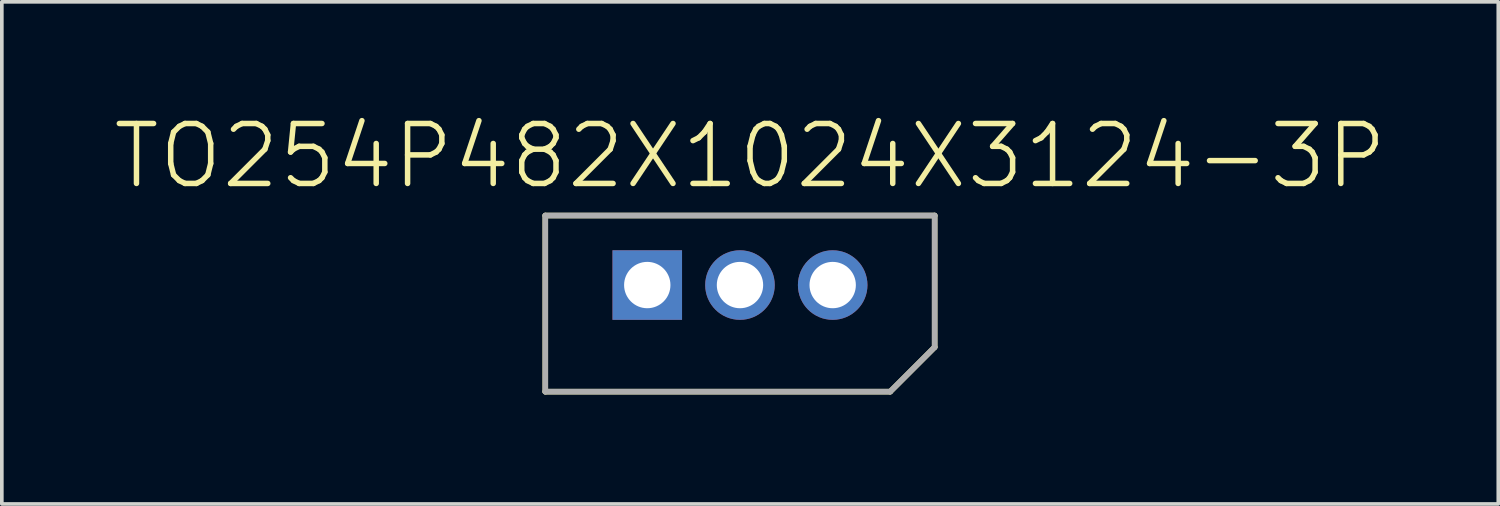
<source format=kicad_pcb>
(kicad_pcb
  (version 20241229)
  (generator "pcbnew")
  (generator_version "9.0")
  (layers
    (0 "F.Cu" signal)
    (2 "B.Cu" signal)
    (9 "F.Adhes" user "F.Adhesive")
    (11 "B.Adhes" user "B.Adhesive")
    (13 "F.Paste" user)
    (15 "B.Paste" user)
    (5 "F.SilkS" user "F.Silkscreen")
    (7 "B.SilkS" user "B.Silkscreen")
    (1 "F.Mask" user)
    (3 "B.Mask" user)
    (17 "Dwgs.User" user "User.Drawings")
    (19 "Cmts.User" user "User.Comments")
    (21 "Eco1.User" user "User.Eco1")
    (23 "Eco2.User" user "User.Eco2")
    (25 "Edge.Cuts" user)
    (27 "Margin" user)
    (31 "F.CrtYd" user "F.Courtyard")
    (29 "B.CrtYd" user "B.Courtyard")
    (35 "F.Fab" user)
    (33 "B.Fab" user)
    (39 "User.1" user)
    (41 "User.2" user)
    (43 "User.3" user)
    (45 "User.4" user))
  (footprint "TO254P482X1024X3124-3P"
    (layer "F.Cu")
    (at 19.764 5.751)
    (property "Reference" "TO254P482X1024X3124-3P" (at -2.264 -4.527 0) (layer "F.SilkS") (effects (font (size 1.642 1.642) (thickness 0.15))))
    (attr through_hole)
    (fp_line (start -7.874 -2.896) (end 2.794 -2.896) (stroke (width 0.152) (type solid)) (layer "F.SilkS"))
    (fp_line (start -7.874 1.93) (end -7.874 -2.896) (stroke (width 0.152) (type solid)) (layer "F.SilkS"))
    (fp_line (start 1.575 1.93) (end -7.874 1.93) (stroke (width 0.152) (type solid)) (layer "F.SilkS"))
    (fp_line (start 2.794 -2.896) (end 2.794 0.711) (stroke (width 0.152) (type solid)) (layer "F.SilkS"))
    (fp_line (start 2.794 0.711) (end 1.575 1.93) (stroke (width 0.152) (type solid)) (layer "F.SilkS"))
    (fp_line (start -7.874 -2.896) (end 2.794 -2.896) (stroke (width 0.152) (type solid)) (layer "F.Fab"))
    (fp_line (start -7.874 1.93) (end -7.874 -2.896) (stroke (width 0.152) (type solid)) (layer "F.Fab"))
    (fp_line (start 1.575 1.93) (end -7.874 1.93) (stroke (width 0.152) (type solid)) (layer "F.Fab"))
    (fp_line (start 2.794 -2.896) (end 2.794 0.711) (stroke (width 0.152) (type solid)) (layer "F.Fab"))
    (fp_line (start 2.794 0.711) (end 1.575 1.93) (stroke (width 0.152) (type solid)) (layer "F.Fab"))
    (pad "1" thru_hole rect (at -5.08 -0.991) (size 1.905 1.905) (drill 1.27) (layers "*.Cu" "*.Mask"))
    (pad "2" thru_hole circle (at -2.54 -0.991) (size 1.905 1.905) (drill 1.27) (layers "*.Cu" "*.Mask"))
    (pad "3" thru_hole circle (at 0 -0.991) (size 1.905 1.905) (drill 1.27) (layers "*.Cu" "*.Mask")))
  (gr_rect
    (start -3 -3)
    (end 38 10.758)
    (stroke (width 0.1) (type default))
    (fill no)
    (layer "Edge.Cuts")))
</source>
